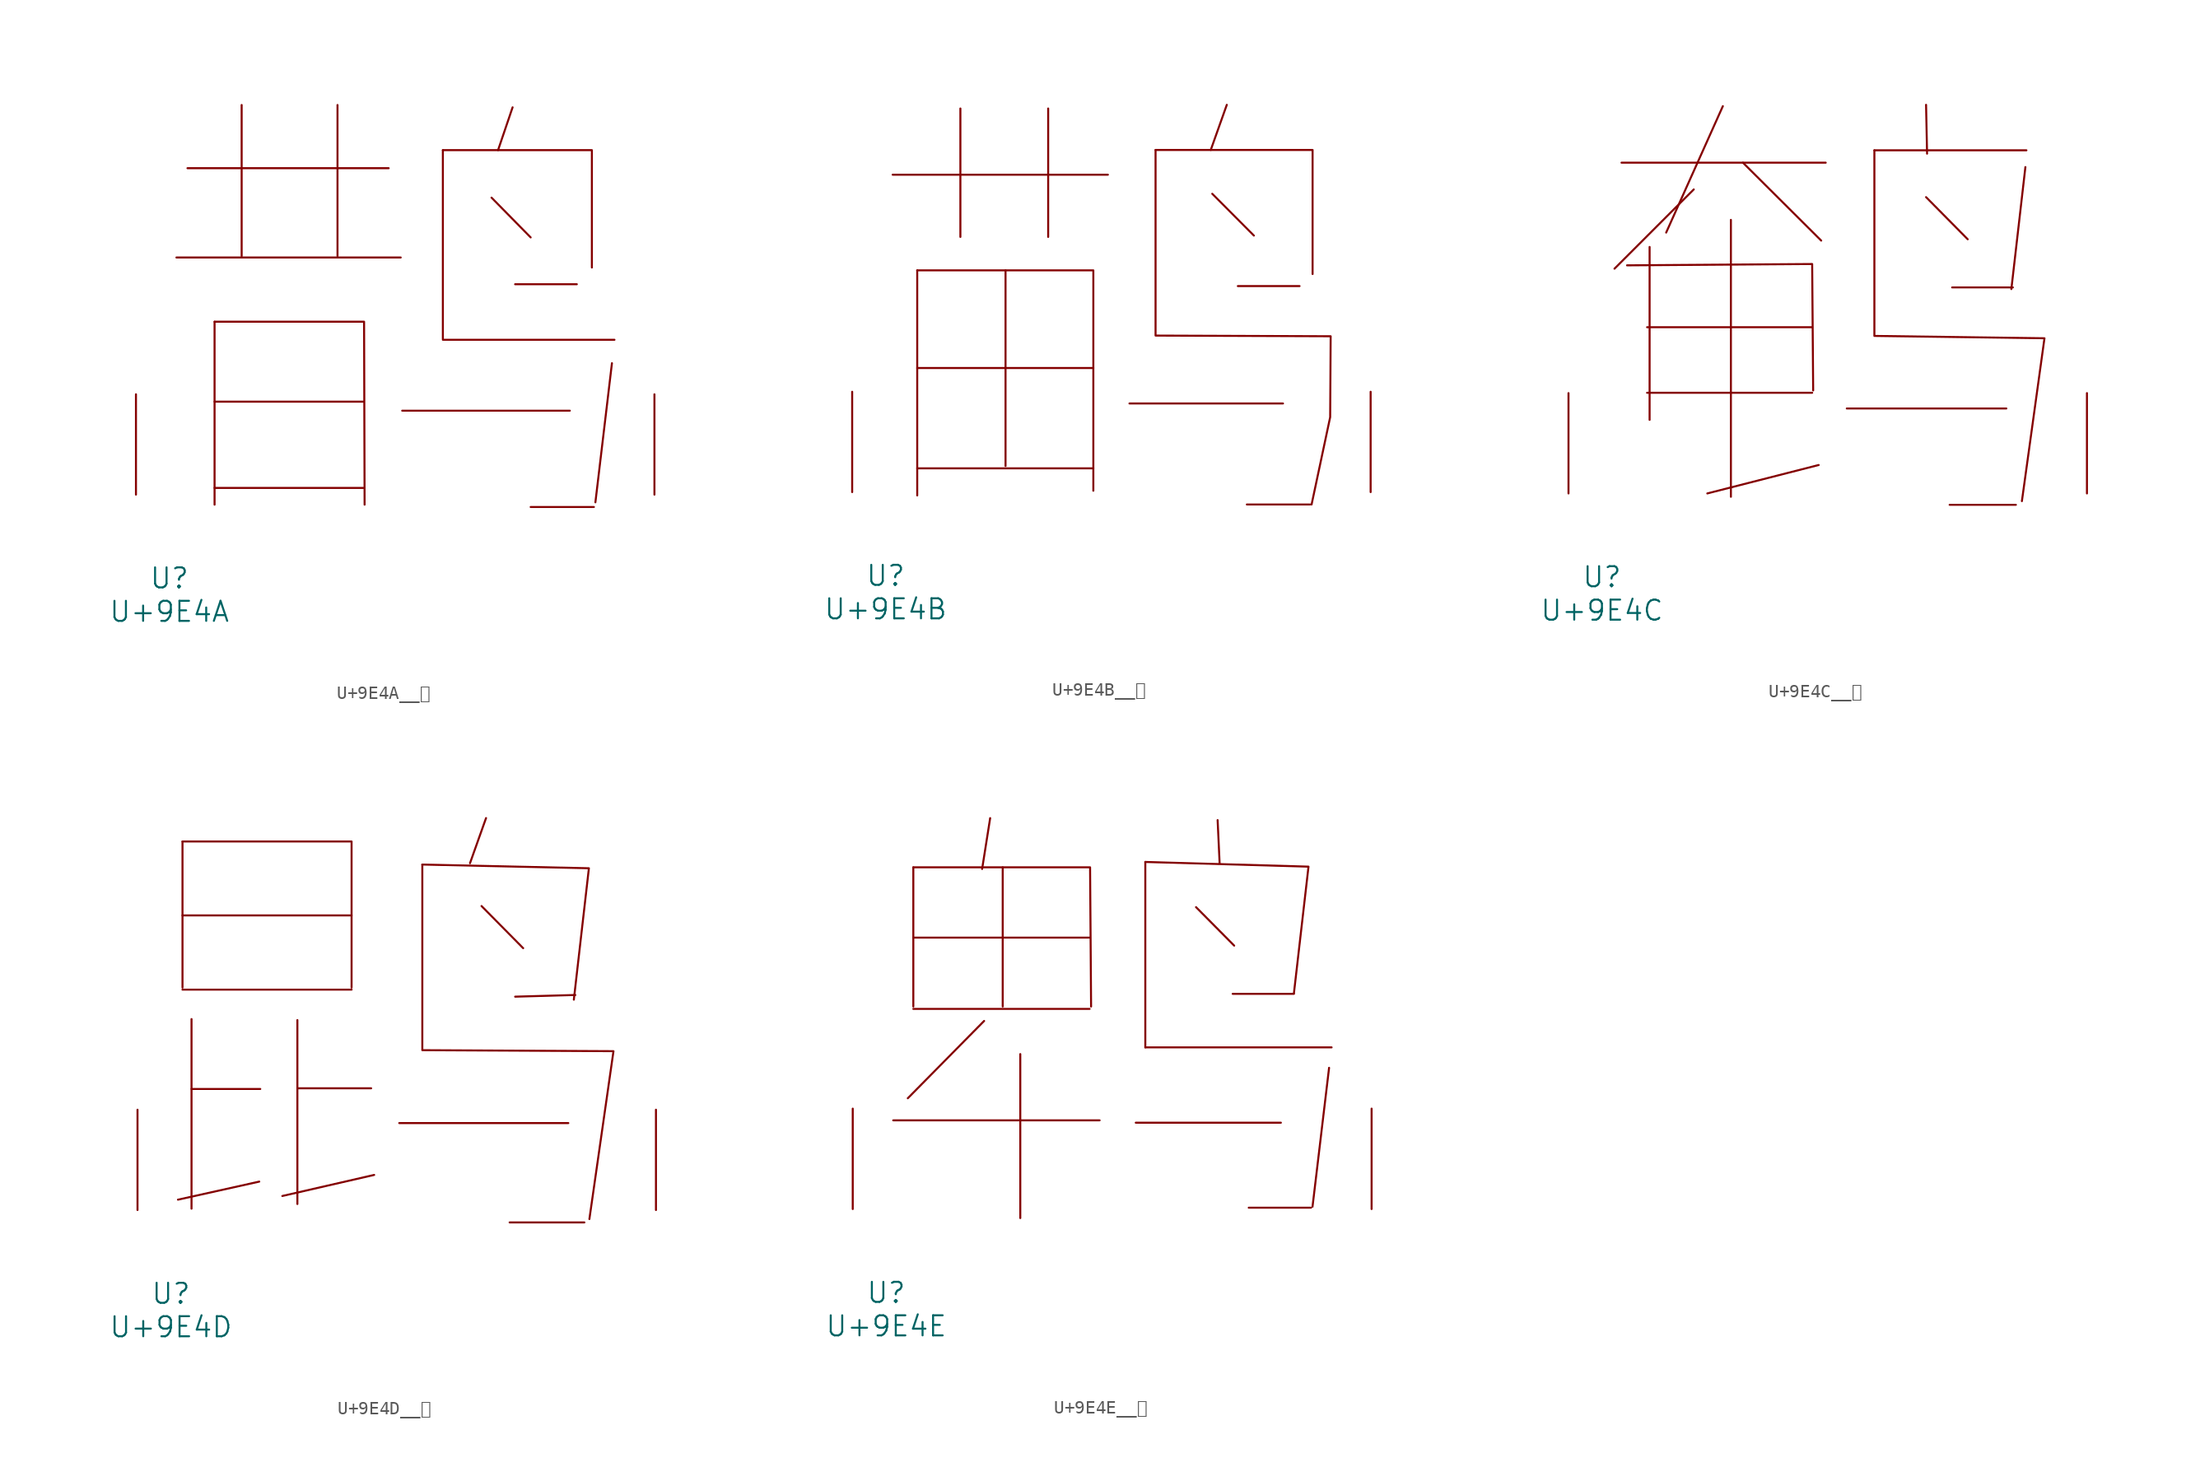
<source format=kicad_sym>
(kicad_symbol_lib
  (version 20231120)
  (generator "kicad_symbol_editor")
  (generator_version "8.0")
  (symbol "U+9E4A__鹊"
    (pin_names
      (offset 1.016))
    (property "Reference" "U"
      (at 0 -6.35 0)
      (effects (font (size 1.524 1.524))))
    (property "Value" "U+9E4A"
      (at 0 -8.89 0)
      (effects (font (size 1.524 1.524))))
    (symbol "U+9E4A__鹊_0_1"
      (polyline (pts (xy 0.533 18.009) (xy 17.564 18.009)) (stroke (width 0) (type solid)) (fill (type none)))
      (polyline (pts (xy 1.372 24.79) (xy 16.65 24.79)) (stroke (width 0) (type solid)) (fill (type none)))
      (polyline (pts (xy 3.429 0.508) (xy 14.745 0.508)) (stroke (width 0) (type solid)) (fill (type none)))
      (polyline (pts (xy 3.429 7.061) (xy 14.745 7.061)) (stroke (width 0) (type solid)) (fill (type none)))
      (polyline (pts (xy 3.429 13.132) (xy 3.429 -0.762)) (stroke (width 0) (type solid)) (fill (type none)))
      (polyline (pts (xy 5.486 29.591) (xy 5.486 18.11)) (stroke (width 0) (type solid)) (fill (type none)))
      (polyline (pts (xy 12.764 29.591) (xy 12.764 18.11)) (stroke (width 0) (type solid)) (fill (type none)))
      (polyline (pts (xy 17.678 6.375) (xy 30.404 6.375)) (stroke (width 0) (type solid)) (fill (type none)))
      (polyline (pts (xy 20.765 11.76) (xy 33.795 11.76)) (stroke (width 0) (type solid)) (fill (type none)))
      (polyline (pts (xy 20.765 26.162) (xy 20.765 11.836)) (stroke (width 0) (type solid)) (fill (type none)))
      (polyline (pts (xy 24.46 22.555) (xy 27.432 19.533)) (stroke (width 0) (type solid)) (fill (type none)))
      (polyline (pts (xy 26.06 29.413) (xy 24.956 26.162)) (stroke (width 0) (type solid)) (fill (type none)))
      (polyline (pts (xy 26.251 15.977) (xy 30.937 15.977)) (stroke (width 0) (type solid)) (fill (type none)))
      (polyline (pts (xy 27.432 -0.94) (xy 32.233 -0.94)) (stroke (width 0) (type solid)) (fill (type none)))
      (polyline (pts (xy 33.604 9.982) (xy 32.347 -0.584)) (stroke (width 0) (type solid)) (fill (type none)))
      (polyline (pts (xy 3.429 13.132) (xy 14.783 13.132) (xy 14.821 -0.762)) (stroke (width 0) (type solid)) (fill (type none)))
      (polyline (pts (xy 20.765 26.162) (xy 32.08 26.162) (xy 32.08 17.247)) (stroke (width 0) (type solid)) (fill (type none)))
      (pin input line (at -2.54 0 90) (length 7.62) (name "~" (effects (font (size 1.27 1.27)))) (number "~" (effects (font (size 1.27 1.27)))))
      (pin input line (at 36.83 0 90) (length 7.62) (name "~" (effects (font (size 1.27 1.27)))) (number "~" (effects (font (size 1.27 1.27)))))))
  (symbol "U+9E4B__鹋"
    (pin_names
      (offset 1.016))
    (property "Reference" "U"
      (at 0 -6.35 0)
      (effects (font (size 1.524 1.524))))
    (property "Value" "U+9E4B"
      (at 0 -8.89 0)
      (effects (font (size 1.524 1.524))))
    (symbol "U+9E4B__鹋_0_1"
      (polyline (pts (xy 0.533 24.105) (xy 16.878 24.105)) (stroke (width 0) (type solid)) (fill (type none)))
      (polyline (pts (xy 2.4 1.803) (xy 15.773 1.803)) (stroke (width 0) (type solid)) (fill (type none)))
      (polyline (pts (xy 2.4 9.423) (xy 15.773 9.423)) (stroke (width 0) (type solid)) (fill (type none)))
      (polyline (pts (xy 2.4 16.84) (xy 2.4 -0.254)) (stroke (width 0) (type solid)) (fill (type none)))
      (polyline (pts (xy 5.677 29.134) (xy 5.677 19.38)) (stroke (width 0) (type solid)) (fill (type none)))
      (polyline (pts (xy 9.106 16.84) (xy 9.106 1.981)) (stroke (width 0) (type solid)) (fill (type none)))
      (polyline (pts (xy 12.344 29.134) (xy 12.344 19.38)) (stroke (width 0) (type solid)) (fill (type none)))
      (polyline (pts (xy 18.517 6.731) (xy 30.175 6.731)) (stroke (width 0) (type solid)) (fill (type none)))
      (polyline (pts (xy 24.803 22.657) (xy 27.965 19.482)) (stroke (width 0) (type solid)) (fill (type none)))
      (polyline (pts (xy 25.908 29.413) (xy 24.689 25.984)) (stroke (width 0) (type solid)) (fill (type none)))
      (polyline (pts (xy 26.746 15.646) (xy 31.433 15.646)) (stroke (width 0) (type solid)) (fill (type none)))
      (polyline (pts (xy 27.432 -0.94) (xy 32.233 -0.94)) (stroke (width 0) (type solid)) (fill (type none)))
      (polyline (pts (xy 2.4 16.84) (xy 15.773 16.84) (xy 15.773 0.102)) (stroke (width 0) (type solid)) (fill (type none)))
      (polyline (pts (xy 20.498 25.984) (xy 32.423 25.984) (xy 32.423 16.561)) (stroke (width 0) (type solid)) (fill (type none)))
      (polyline (pts (xy 20.498 25.984) (xy 20.498 11.887) (xy 33.795 11.836) (xy 33.757 5.69) (xy 32.347 -0.94)) (stroke (width 0) (type solid)) (fill (type none)))
      (pin input line (at -2.54 0 90) (length 7.62) (name "~" (effects (font (size 1.27 1.27)))) (number "~" (effects (font (size 1.27 1.27)))))
      (pin input line (at 36.83 0 90) (length 7.62) (name "~" (effects (font (size 1.27 1.27)))) (number "~" (effects (font (size 1.27 1.27)))))))
  (symbol "U+9E4C__鹌"
    (pin_names
      (offset 1.016))
    (property "Reference" "U"
      (at 0 -6.35 0)
      (effects (font (size 1.524 1.524))))
    (property "Value" "U+9E4C"
      (at 0 -8.89 0)
      (effects (font (size 1.524 1.524))))
    (symbol "U+9E4C__鹌_0_1"
      (polyline (pts (xy 1.486 25.121) (xy 16.993 25.121)) (stroke (width 0) (type solid)) (fill (type none)))
      (polyline (pts (xy 3.429 7.645) (xy 15.964 7.645)) (stroke (width 0) (type solid)) (fill (type none)))
      (polyline (pts (xy 3.429 12.624) (xy 15.964 12.624)) (stroke (width 0) (type solid)) (fill (type none)))
      (polyline (pts (xy 3.619 18.72) (xy 3.619 5.588)) (stroke (width 0) (type solid)) (fill (type none)))
      (polyline (pts (xy 6.972 23.089) (xy 0.953 17.069)) (stroke (width 0) (type solid)) (fill (type none)))
      (polyline (pts (xy 9.182 29.413) (xy 4.877 19.812)) (stroke (width 0) (type solid)) (fill (type none)))
      (polyline (pts (xy 9.792 20.777) (xy 9.792 -0.254)) (stroke (width 0) (type solid)) (fill (type none)))
      (polyline (pts (xy 10.706 25.121) (xy 16.65 19.202)) (stroke (width 0) (type solid)) (fill (type none)))
      (polyline (pts (xy 16.459 2.159) (xy 8.001 0)) (stroke (width 0) (type solid)) (fill (type none)))
      (polyline (pts (xy 18.593 6.452) (xy 30.709 6.452)) (stroke (width 0) (type solid)) (fill (type none)))
      (polyline (pts (xy 20.688 26.06) (xy 32.233 26.06)) (stroke (width 0) (type solid)) (fill (type none)))
      (polyline (pts (xy 24.613 22.504) (xy 27.775 19.304)) (stroke (width 0) (type solid)) (fill (type none)))
      (polyline (pts (xy 24.613 29.515) (xy 24.689 25.806)) (stroke (width 0) (type solid)) (fill (type none)))
      (polyline (pts (xy 26.403 -0.864) (xy 31.433 -0.864)) (stroke (width 0) (type solid)) (fill (type none)))
      (polyline (pts (xy 26.594 15.646) (xy 31.204 15.646)) (stroke (width 0) (type solid)) (fill (type none)))
      (polyline (pts (xy 32.156 24.79) (xy 31.09 15.519)) (stroke (width 0) (type solid)) (fill (type none)))
      (polyline (pts (xy 1.905 17.323) (xy 15.964 17.424) (xy 16.04 7.823)) (stroke (width 0) (type solid)) (fill (type none)))
      (polyline (pts (xy 20.688 26.06) (xy 20.688 11.963) (xy 33.604 11.786) (xy 31.89 -0.584)) (stroke (width 0) (type solid)) (fill (type none)))
      (pin input line (at -2.54 0 90) (length 7.62) (name "~" (effects (font (size 1.27 1.27)))) (number "~" (effects (font (size 1.27 1.27)))))
      (pin input line (at 36.83 0 90) (length 7.62) (name "~" (effects (font (size 1.27 1.27)))) (number "~" (effects (font (size 1.27 1.27)))))))
  (symbol "U+9E4D__鹍"
    (pin_names
      (offset 1.016))
    (property "Reference" "U"
      (at 0 -6.35 0)
      (effects (font (size 1.524 1.524))))
    (property "Value" "U+9E4D"
      (at 0 -8.89 0)
      (effects (font (size 1.524 1.524))))
    (symbol "U+9E4D__鹍_0_1"
      (polyline (pts (xy 0.876 16.739) (xy 13.716 16.739)) (stroke (width 0) (type solid)) (fill (type none)))
      (polyline (pts (xy 0.876 22.377) (xy 13.716 22.377)) (stroke (width 0) (type solid)) (fill (type none)))
      (polyline (pts (xy 0.876 27.991) (xy 0.876 16.891)) (stroke (width 0) (type solid)) (fill (type none)))
      (polyline (pts (xy 1.562 9.195) (xy 6.782 9.195)) (stroke (width 0) (type solid)) (fill (type none)))
      (polyline (pts (xy 1.562 14.503) (xy 1.562 0.102)) (stroke (width 0) (type solid)) (fill (type none)))
      (polyline (pts (xy 6.706 2.159) (xy 0.533 0.787)) (stroke (width 0) (type solid)) (fill (type none)))
      (polyline (pts (xy 9.601 9.246) (xy 15.202 9.246)) (stroke (width 0) (type solid)) (fill (type none)))
      (polyline (pts (xy 9.601 14.427) (xy 9.601 0.457)) (stroke (width 0) (type solid)) (fill (type none)))
      (polyline (pts (xy 15.431 2.667) (xy 8.458 1.067)) (stroke (width 0) (type solid)) (fill (type none)))
      (polyline (pts (xy 17.335 6.604) (xy 30.175 6.604)) (stroke (width 0) (type solid)) (fill (type none)))
      (polyline (pts (xy 23.584 23.089) (xy 26.746 19.888)) (stroke (width 0) (type solid)) (fill (type none)))
      (polyline (pts (xy 23.927 29.769) (xy 22.708 26.34)) (stroke (width 0) (type solid)) (fill (type none)))
      (polyline (pts (xy 25.718 -0.94) (xy 31.394 -0.94)) (stroke (width 0) (type solid)) (fill (type none)))
      (polyline (pts (xy 30.709 16.332) (xy 26.137 16.205)) (stroke (width 0) (type solid)) (fill (type none)))
      (polyline (pts (xy 0.876 27.991) (xy 13.716 27.991) (xy 13.716 16.891)) (stroke (width 0) (type solid)) (fill (type none)))
      (polyline (pts (xy 19.088 26.238) (xy 31.737 25.959) (xy 30.594 15.977)) (stroke (width 0) (type solid)) (fill (type none)))
      (polyline (pts (xy 19.088 26.238) (xy 19.088 12.141) (xy 33.604 12.065) (xy 31.775 -0.686)) (stroke (width 0) (type solid)) (fill (type none)))
      (pin input line (at -2.54 0 90) (length 7.62) (name "~" (effects (font (size 1.27 1.27)))) (number "~" (effects (font (size 1.27 1.27)))))
      (pin input line (at 36.83 0 90) (length 7.62) (name "~" (effects (font (size 1.27 1.27)))) (number "~" (effects (font (size 1.27 1.27)))))))
  (symbol "U+9E4E__鹎"
    (pin_names
      (offset 1.016))
    (property "Reference" "U"
      (at 0 -6.35 0)
      (effects (font (size 1.524 1.524))))
    (property "Value" "U+9E4E"
      (at 0 -8.89 0)
      (effects (font (size 1.524 1.524))))
    (symbol "U+9E4E__鹎_0_1"
      (polyline (pts (xy 0.533 6.731) (xy 16.192 6.731)) (stroke (width 0) (type solid)) (fill (type none)))
      (polyline (pts (xy 2.057 15.189) (xy 15.431 15.189)) (stroke (width 0) (type solid)) (fill (type none)))
      (polyline (pts (xy 2.057 20.599) (xy 15.431 20.599)) (stroke (width 0) (type solid)) (fill (type none)))
      (polyline (pts (xy 2.057 25.933) (xy 2.057 15.367)) (stroke (width 0) (type solid)) (fill (type none)))
      (polyline (pts (xy 7.429 14.275) (xy 1.638 8.407)) (stroke (width 0) (type solid)) (fill (type none)))
      (polyline (pts (xy 7.887 29.667) (xy 7.277 25.806)) (stroke (width 0) (type solid)) (fill (type none)))
      (polyline (pts (xy 8.839 25.933) (xy 8.839 15.367)) (stroke (width 0) (type solid)) (fill (type none)))
      (polyline (pts (xy 10.173 11.76) (xy 10.173 -0.686)) (stroke (width 0) (type solid)) (fill (type none)))
      (polyline (pts (xy 18.936 6.553) (xy 29.947 6.553)) (stroke (width 0) (type solid)) (fill (type none)))
      (polyline (pts (xy 19.66 12.268) (xy 33.795 12.268)) (stroke (width 0) (type solid)) (fill (type none)))
      (polyline (pts (xy 19.66 26.34) (xy 19.66 12.268)) (stroke (width 0) (type solid)) (fill (type none)))
      (polyline (pts (xy 23.508 22.911) (xy 26.403 19.99)) (stroke (width 0) (type solid)) (fill (type none)))
      (polyline (pts (xy 25.146 29.515) (xy 25.298 26.238)) (stroke (width 0) (type solid)) (fill (type none)))
      (polyline (pts (xy 26.289 16.332) (xy 30.937 16.332)) (stroke (width 0) (type solid)) (fill (type none)))
      (polyline (pts (xy 27.508 0.102) (xy 32.233 0.102)) (stroke (width 0) (type solid)) (fill (type none)))
      (polyline (pts (xy 33.604 10.719) (xy 32.347 0.178)) (stroke (width 0) (type solid)) (fill (type none)))
      (polyline (pts (xy 2.057 25.933) (xy 15.469 25.933) (xy 15.545 15.367)) (stroke (width 0) (type solid)) (fill (type none)))
      (polyline (pts (xy 19.66 26.34) (xy 32.042 25.984) (xy 30.937 16.383)) (stroke (width 0) (type solid)) (fill (type none)))
      (pin input line (at -2.54 0 90) (length 7.62) (name "~" (effects (font (size 1.27 1.27)))) (number "~" (effects (font (size 1.27 1.27)))))
      (pin input line (at 36.83 0 90) (length 7.62) (name "~" (effects (font (size 1.27 1.27)))) (number "~" (effects (font (size 1.27 1.27))))))))
</source>
